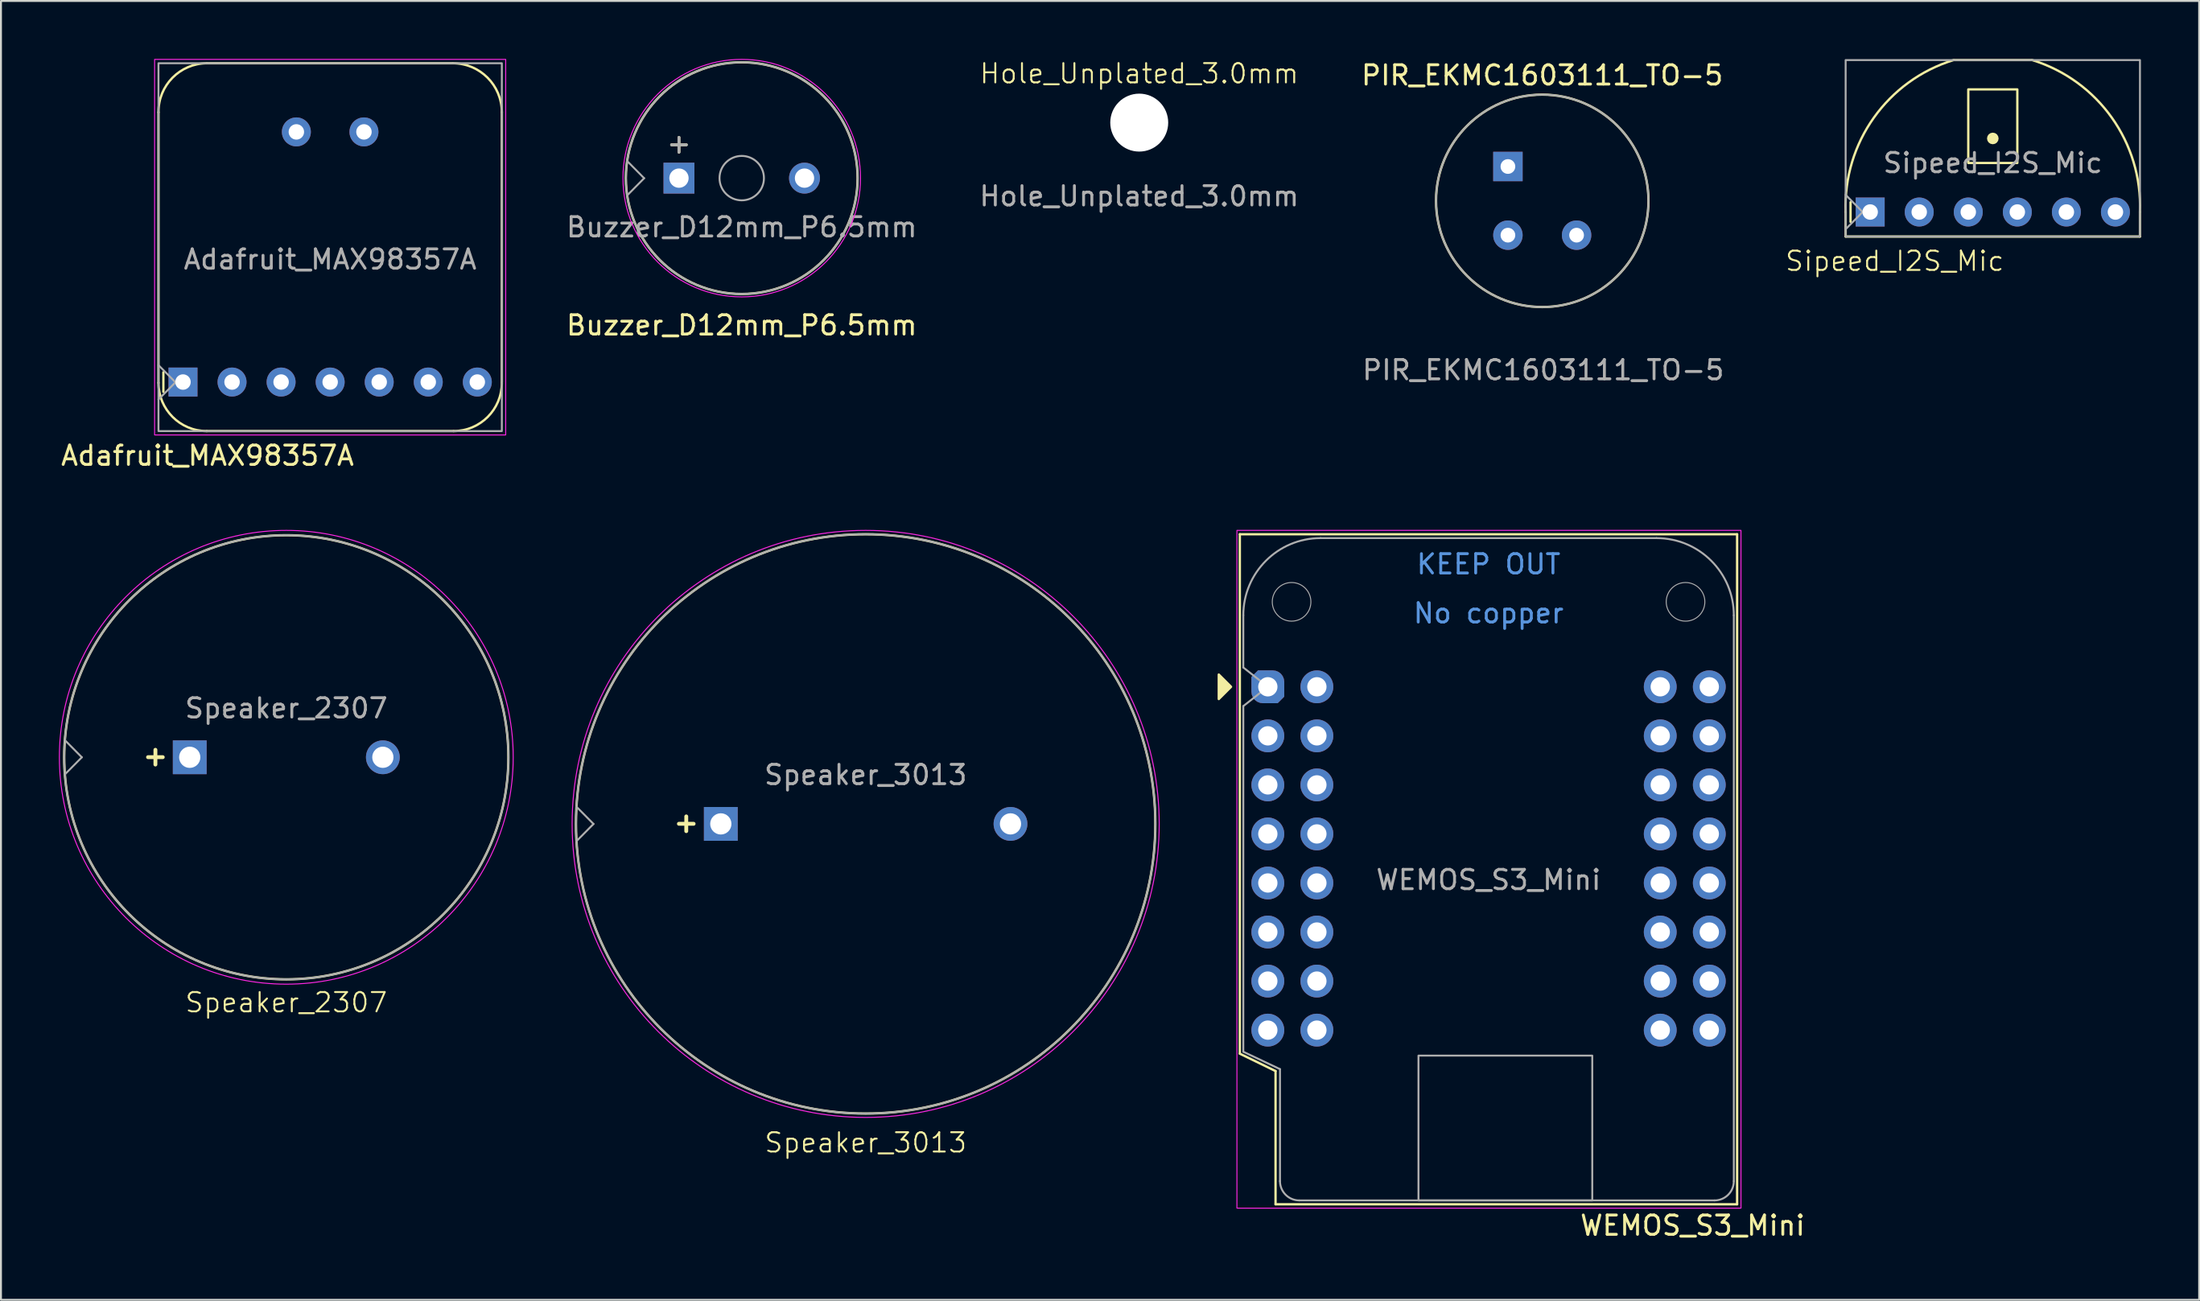
<source format=kicad_pcb>
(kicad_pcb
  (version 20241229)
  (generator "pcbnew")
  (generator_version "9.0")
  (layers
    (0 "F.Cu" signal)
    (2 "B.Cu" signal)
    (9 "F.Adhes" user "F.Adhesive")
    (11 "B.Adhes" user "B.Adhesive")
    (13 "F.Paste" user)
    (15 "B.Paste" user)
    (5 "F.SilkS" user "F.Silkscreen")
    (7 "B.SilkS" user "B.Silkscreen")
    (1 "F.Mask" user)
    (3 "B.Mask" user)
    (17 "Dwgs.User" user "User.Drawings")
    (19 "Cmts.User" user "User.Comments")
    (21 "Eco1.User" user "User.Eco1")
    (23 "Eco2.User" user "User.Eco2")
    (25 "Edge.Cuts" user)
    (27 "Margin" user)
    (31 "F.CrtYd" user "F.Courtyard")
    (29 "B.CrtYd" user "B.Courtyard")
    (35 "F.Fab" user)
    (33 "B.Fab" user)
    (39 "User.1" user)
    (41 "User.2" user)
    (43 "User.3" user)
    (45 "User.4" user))
  (footprint "Adafruit_MAX98357A"
    (layer "F.Cu")
    (at 6.426 16.735)
    (property "Reference" "Adafruit_MAX98357A" (at 1.27 3.81 0) (unlocked yes) (layer "F.SilkS") (effects (font (size 1 1) (thickness 0.15))))
    (attr through_hole)
    (fp_line (start -1.27 0.04) (end -1.27 -13.97) (stroke (width 0.12) (type default)) (layer "F.SilkS"))
    (fp_line (start -1.016 -0.508) (end -1.016 0.508) (stroke (width 0.12) (type default)) (layer "F.SilkS"))
    (fp_line (start 1.23 -16.51) (end 13.97 -16.51) (stroke (width 0.12) (type default)) (layer "F.SilkS"))
    (fp_line (start 1.23 2.54) (end 14.01 2.54) (stroke (width 0.12) (type default)) (layer "F.SilkS"))
    (fp_line (start 16.51 0) (end 16.51 -13.97) (stroke (width 0.12) (type default)) (layer "F.SilkS"))
    (fp_arc (start -1.27 -13.97) (mid -0.546052 -15.757768) (end 1.23 -16.51) (stroke (width 0.12) (type default)) (layer "F.SilkS"))
    (fp_arc (start 1.23 2.54) (mid -0.537767 1.807767) (end -1.27 0.04) (stroke (width 0.12) (type default)) (layer "F.SilkS"))
    (fp_arc (start 13.97 -16.51) (mid 15.766051 -15.766051) (end 16.51 -13.97) (stroke (width 0.12) (type default)) (layer "F.SilkS"))
    (fp_arc (start 16.51 0.04) (mid 15.777767 1.807767) (end 14.01 2.54) (stroke (width 0.12) (type default)) (layer "F.SilkS"))
    (fp_rect (start -1.47 -16.71) (end 16.71 2.74) (stroke (width 0.05) (type default)) (fill no) (layer "F.CrtYd"))
    (fp_line (start -1.27 -0.875) (end -0.39 0.014) (stroke (width 0.1) (type solid)) (layer "F.Fab"))
    (fp_line (start -0.39 0.014) (end -1.27 0.903) (stroke (width 0.1) (type solid)) (layer "F.Fab"))
    (fp_rect (start -1.27 2.54) (end 16.51 -16.51) (stroke (width 0.1) (type default)) (fill no) (layer "F.Fab"))
    (fp_text user "${REFERENCE}" (at 7.62 -6.35 0) (unlocked yes) (layer "F.Fab") (effects (font (size 1 1) (thickness 0.15))))
    (pad "1" thru_hole rect (at 0 0) (size 1.5 1.5) (drill 0.8) (layers "*.Cu" "*.Mask"))
    (pad "2" thru_hole circle (at 2.54 0) (size 1.5 1.5) (drill 0.8) (layers "*.Cu" "*.Mask"))
    (pad "3" thru_hole circle (at 5.08 0) (size 1.5 1.5) (drill 0.8) (layers "*.Cu" "*.Mask"))
    (pad "4" thru_hole circle (at 7.62 0) (size 1.5 1.5) (drill 0.8) (layers "*.Cu" "*.Mask"))
    (pad "5" thru_hole circle (at 10.16 0) (size 1.5 1.5) (drill 0.8) (layers "*.Cu" "*.Mask"))
    (pad "6" thru_hole circle (at 12.7 0) (size 1.5 1.5) (drill 0.8) (layers "*.Cu" "*.Mask"))
    (pad "7" thru_hole circle (at 15.24 0) (size 1.5 1.5) (drill 0.8) (layers "*.Cu" "*.Mask"))
    (pad "8" thru_hole circle (at 5.87 -12.954) (size 1.5 1.5) (drill 0.8) (layers "*.Cu" "*.Mask"))
    (pad "9" thru_hole circle (at 9.37 -12.954) (size 1.5 1.5) (drill 0.8) (layers "*.Cu" "*.Mask")))
  (footprint "WEMOS_S3_Mini"
    (layer "F.Cu")
    (at 62.6 32.518)
    (property "Reference" "WEMOS_S3_Mini" (at 22 27.9 0) (layer "F.SilkS") (effects (font (size 1 1) (thickness 0.15))))
    (attr through_hole)
    (fp_line (start -1.45 -7.9) (end 24.3 -7.9) (stroke (width 0.12) (type default)) (layer "F.SilkS"))
    (fp_line (start -1.45 19) (end -1.45 -7.9) (stroke (width 0.12) (type solid)) (layer "F.SilkS"))
    (fp_line (start -1.45 19) (end 0.4 19.9) (stroke (width 0.12) (type solid)) (layer "F.SilkS"))
    (fp_line (start 0.4 19.9) (end 0.4 26.8) (stroke (width 0.12) (type solid)) (layer "F.SilkS"))
    (fp_line (start 0.4 26.8) (end 24.3 26.8) (stroke (width 0.12) (type solid)) (layer "F.SilkS"))
    (fp_line (start 24.3 26.8) (end 24.3 -7.9) (stroke (width 0.12) (type solid)) (layer "F.SilkS"))
    (fp_poly (pts (xy -2.54 -0.635) (xy -2.54 0.635) (xy -1.905 0)) (stroke (width 0.12) (type solid)) (fill yes) (layer "F.SilkS"))
    (fp_rect (start -1.6 -8.1) (end 24.5 27) (stroke (width 0.05) (type default)) (fill no) (layer "F.CrtYd"))
    (fp_line (start -1.27 -3.7) (end -1.27 -1) (stroke (width 0.1) (type solid)) (layer "F.Fab"))
    (fp_line (start -1.27 1) (end -1.27 18.9) (stroke (width 0.1) (type solid)) (layer "F.Fab"))
    (fp_line (start -1.27 1) (end 0 0) (stroke (width 0.1) (type solid)) (layer "F.Fab"))
    (fp_line (start -1.27 18.9) (end 0.63 19.8) (stroke (width 0.1) (type solid)) (layer "F.Fab"))
    (fp_line (start 0 0) (end -1.27 -1) (stroke (width 0.1) (type solid)) (layer "F.Fab"))
    (fp_line (start 0.63 19.8) (end 0.63 25.6) (stroke (width 0.1) (type solid)) (layer "F.Fab"))
    (fp_line (start 1.63 26.6) (end 23.13 26.6) (stroke (width 0.1) (type solid)) (layer "F.Fab"))
    (fp_line (start 2.73 -7.7) (end 20.13 -7.7) (stroke (width 0.1) (type default)) (layer "F.Fab"))
    (fp_line (start 24.13 25.6) (end 24.13 -3.7) (stroke (width 0.1) (type solid)) (layer "F.Fab"))
    (fp_rect (start 7.8 19.1) (end 16.8 26.6) (stroke (width 0.1) (type default)) (fill no) (layer "F.Fab"))
    (fp_arc (start -1.27 -3.7) (mid -0.098427 -6.528427) (end 2.73 -7.7) (stroke (width 0.1) (type default)) (layer "F.Fab"))
    (fp_arc (start 1.63 26.6) (mid 0.922894 26.307107) (end 0.63 25.6) (stroke (width 0.1) (type default)) (layer "F.Fab"))
    (fp_arc (start 20.13 -7.7) (mid 22.958427 -6.528427) (end 24.13 -3.7) (stroke (width 0.1) (type default)) (layer "F.Fab"))
    (fp_arc (start 24.13 25.6) (mid 23.837107 26.307106) (end 23.13 26.6) (stroke (width 0.1) (type default)) (layer "F.Fab"))
    (fp_circle (center 1.23 -4.4) (end 2.23 -4.4) (stroke (width 0.05) (type default)) (fill no) (layer "F.Fab"))
    (fp_circle (center 21.63 -4.4) (end 22.63 -4.4) (stroke (width 0.05) (type default)) (fill no) (layer "F.Fab"))
    (fp_text user "No copper" (at 11.43 -3.81 0) (layer "Cmts.User") (effects (font (size 1 1) (thickness 0.15))))
    (fp_text user "KEEP OUT" (at 11.43 -6.35 0) (layer "Cmts.User") (effects (font (size 1 1) (thickness 0.15))))
    (fp_text user "${REFERENCE}" (at 11.43 10 0) (layer "F.Fab") (effects (font (size 1 1) (thickness 0.15))))
    (pad "1" thru_hole roundrect (at 0 0) (size 1.7 1.7) (drill 1) (layers "*.Cu" "*.Mask") (roundrect_rratio 0.35) (chamfer_ratio 0.2) (chamfer top_left bottom_right))
    (pad "2" thru_hole circle (at 0 2.54) (size 1.7 1.7) (drill 1) (layers "*.Cu" "*.Mask"))
    (pad "3" thru_hole circle (at 0 5.08) (size 1.7 1.7) (drill 1) (layers "*.Cu" "*.Mask"))
    (pad "4" thru_hole circle (at 0 7.62) (size 1.7 1.7) (drill 1) (layers "*.Cu" "*.Mask"))
    (pad "5" thru_hole circle (at 0 10.16) (size 1.7 1.7) (drill 1) (layers "*.Cu" "*.Mask"))
    (pad "6" thru_hole circle (at 0 12.7) (size 1.7 1.7) (drill 1) (layers "*.Cu" "*.Mask"))
    (pad "7" thru_hole circle (at 0 15.24) (size 1.7 1.7) (drill 1) (layers "*.Cu" "*.Mask"))
    (pad "8" thru_hole circle (at 0 17.78) (size 1.7 1.7) (drill 1) (layers "*.Cu" "*.Mask"))
    (pad "9" thru_hole circle (at 22.86 17.78) (size 1.7 1.7) (drill 1) (layers "*.Cu" "*.Mask"))
    (pad "10" thru_hole circle (at 22.86 15.24) (size 1.7 1.7) (drill 1) (layers "*.Cu" "*.Mask"))
    (pad "11" thru_hole circle (at 22.86 12.7) (size 1.7 1.7) (drill 1) (layers "*.Cu" "*.Mask"))
    (pad "12" thru_hole circle (at 22.86 10.16) (size 1.7 1.7) (drill 1) (layers "*.Cu" "*.Mask"))
    (pad "13" thru_hole circle (at 22.86 7.62) (size 1.7 1.7) (drill 1) (layers "*.Cu" "*.Mask"))
    (pad "14" thru_hole circle (at 22.86 5.08) (size 1.7 1.7) (drill 1) (layers "*.Cu" "*.Mask"))
    (pad "15" thru_hole circle (at 22.86 2.54) (size 1.7 1.7) (drill 1) (layers "*.Cu" "*.Mask"))
    (pad "16" thru_hole circle (at 22.86 0) (size 1.7 1.7) (drill 1) (layers "*.Cu" "*.Mask"))
    (pad "17" thru_hole circle (at 2.54 0) (size 1.7 1.7) (drill 1) (layers "*.Cu" "*.Mask"))
    (pad "18" thru_hole circle (at 2.54 2.54) (size 1.7 1.7) (drill 1) (layers "*.Cu" "*.Mask"))
    (pad "19" thru_hole circle (at 2.54 5.08) (size 1.7 1.7) (drill 1) (layers "*.Cu" "*.Mask"))
    (pad "20" thru_hole circle (at 2.54 7.62) (size 1.7 1.7) (drill 1) (layers "*.Cu" "*.Mask"))
    (pad "21" thru_hole circle (at 2.54 10.16) (size 1.7 1.7) (drill 1) (layers "*.Cu" "*.Mask"))
    (pad "22" thru_hole circle (at 2.54 12.7) (size 1.7 1.7) (drill 1) (layers "*.Cu" "*.Mask"))
    (pad "23" thru_hole circle (at 2.54 15.24) (size 1.7 1.7) (drill 1) (layers "*.Cu" "*.Mask"))
    (pad "24" thru_hole circle (at 2.54 17.78) (size 1.7 1.7) (drill 1) (layers "*.Cu" "*.Mask"))
    (pad "25" thru_hole circle (at 20.32 17.78) (size 1.7 1.7) (drill 1) (layers "*.Cu" "*.Mask"))
    (pad "26" thru_hole circle (at 20.32 15.24) (size 1.7 1.7) (drill 1) (layers "*.Cu" "*.Mask"))
    (pad "27" thru_hole circle (at 20.32 12.7) (size 1.7 1.7) (drill 1) (layers "*.Cu" "*.Mask"))
    (pad "28" thru_hole circle (at 20.32 10.16) (size 1.7 1.7) (drill 1) (layers "*.Cu" "*.Mask"))
    (pad "29" thru_hole circle (at 20.32 7.62) (size 1.7 1.7) (drill 1) (layers "*.Cu" "*.Mask"))
    (pad "30" thru_hole circle (at 20.32 5.08) (size 1.7 1.7) (drill 1) (layers "*.Cu" "*.Mask"))
    (pad "31" thru_hole circle (at 20.32 2.54) (size 1.7 1.7) (drill 1) (layers "*.Cu" "*.Mask"))
    (pad "32" thru_hole circle (at 20.32 0) (size 1.7 1.7) (drill 1) (layers "*.Cu" "*.Mask"))
    (zone (net_name "") (layers "F.Cu" "B.Cu" "F.Fab") (hatch full 0.5) (connect_pads) (min_thickness 0.25) (filled_areas_thickness no) (keepout (tracks not_allowed) (vias not_allowed) (pads not_allowed) (copperpour not_allowed) (footprints allowed)) (placement (enabled no)) (fill) (polygon (pts (xy 61.1 24.518) (xy 87 24.518) (xy 87 30.718) (xy 61.1 30.718)))))
  (footprint "Buzzer_D12mm_P6.5mm"
    (layer "F.Cu")
    (at 32.108 6.175)
    (property "Reference" "Buzzer_D12mm_P6.5mm" (at 3.25 7.62 0) (layer "F.SilkS") (effects (font (size 1 1) (thickness 0.15))))
    (attr through_hole)
    (fp_circle (center 3.25 0) (end 9.25 0) (stroke (width 0.12) (type solid)) (fill no) (layer "F.SilkS"))
    (fp_circle (center 3.25 0) (end 9.4 0) (stroke (width 0.05) (type solid)) (fill no) (layer "F.CrtYd"))
    (fp_line (start -2.682 -0.884) (end -1.803 0.005) (stroke (width 0.1) (type solid)) (layer "F.Fab"))
    (fp_line (start -1.803 0.005) (end -2.682 0.894) (stroke (width 0.1) (type solid)) (layer "F.Fab"))
    (fp_circle (center 3.25 0) (end 4.4 0) (stroke (width 0.1) (type solid)) (fill no) (layer "F.Fab"))
    (fp_circle (center 3.25 0) (end 9.25 0) (stroke (width 0.1) (type solid)) (fill no) (layer "F.Fab"))
    (fp_text user "+" (at 0 -1.8 0) (layer "F.SilkS") (effects (font (size 1 1) (thickness 0.15))))
    (fp_text user "${REFERENCE}" (at 3.25 2.54 0) (layer "F.Fab") (effects (font (size 1 1) (thickness 0.15))))
    (fp_text user "+" (at 0 -1.8 0) (layer "F.Fab") (effects (font (size 1 1) (thickness 0.15))))
    (pad "1" thru_hole rect (at 0 0) (size 1.6 1.6) (drill 1) (layers "*.Cu" "*.Mask"))
    (pad "2" thru_hole circle (at 6.5 0) (size 1.6 1.6) (drill 1) (layers "*.Cu" "*.Mask")))
  (footprint "PIR_EKMC1603111_TO-5"
    (layer "F.Cu")
    (at 75.032 5.573)
    (property "Reference" "PIR_EKMC1603111_TO-5" (at 1.778 -4.724 0) (unlocked yes) (layer "F.SilkS") (effects (font (size 1 1) (thickness 0.15))))
    (attr through_hole)
    (fp_circle (center 1.778 1.778) (end 7.278 1.778) (stroke (width 0.12) (type default)) (fill no) (layer "F.SilkS"))
    (fp_circle (center 1.778 1.778) (end 7.278 1.778) (stroke (width 0.1) (type solid)) (fill no) (layer "F.Fab"))
    (fp_text user "${REFERENCE}" (at 1.829 10.541 0) (unlocked yes) (layer "F.Fab") (effects (font (size 1 1) (thickness 0.15))))
    (pad "1" thru_hole rect (at 0 0) (size 1.524 1.524) (drill 0.762) (layers "*.Cu" "*.Mask"))
    (pad "2" thru_hole circle (at 0 3.556) (size 1.524 1.524) (drill 0.762) (layers "*.Cu" "*.Mask"))
    (pad "3" thru_hole circle (at 3.556 3.556) (size 1.524 1.524) (drill 0.762) (layers "*.Cu" "*.Mask")))
  (footprint "Sipeed_I2S_Mic"
    (layer "F.Cu")
    (at 93.79 7.93)
    (property "Reference" "Sipeed_I2S_Mic" (at 1.27 2.54 0) (unlocked yes) (layer "F.SilkS") (effects (font (size 1 1) (thickness 0.1))))
    (attr through_hole)
    (fp_line (start -1.27 1.27) (end -1.27 0) (stroke (width 0.12) (type default)) (layer "F.SilkS"))
    (fp_line (start -1.27 1.27) (end 13.97 1.27) (stroke (width 0.12) (type default)) (layer "F.SilkS"))
    (fp_line (start -1.016 -0.508) (end -1.016 0.508) (stroke (width 0.12) (type default)) (layer "F.SilkS"))
    (fp_line (start 4.35 -7.87) (end 8.35 -7.87) (stroke (width 0.12) (type default)) (layer "F.SilkS"))
    (fp_line (start 13.97 0) (end 13.97 1.27) (stroke (width 0.12) (type default)) (layer "F.SilkS"))
    (fp_rect (start 5.08 -2.54) (end 7.62 -6.35) (stroke (width 0.12) (type default)) (fill no) (layer "F.SilkS"))
    (fp_arc (start -1.27 0) (mid 0.188633 -4.883566) (end 4.318771 -7.87) (stroke (width 0.12) (type default)) (layer "F.SilkS"))
    (fp_arc (start 8.388697 -7.87) (mid 12.515104 -4.882299) (end 13.97 0) (stroke (width 0.12) (type default)) (layer "F.SilkS"))
    (fp_circle (center 6.35 -3.81) (end 6.5 -3.81) (stroke (width 0.3) (type default)) (fill no) (layer "F.SilkS"))
    (fp_line (start -1.27 -0.889) (end -0.39 0) (stroke (width 0.1) (type solid)) (layer "F.Fab"))
    (fp_line (start -0.39 0) (end -1.27 0.889) (stroke (width 0.1) (type solid)) (layer "F.Fab"))
    (fp_rect (start -1.27 -7.87) (end 13.97 1.27) (stroke (width 0.1) (type default)) (fill no) (layer "F.Fab"))
    (fp_text user "${REFERENCE}" (at 6.35 -2.54 0) (unlocked yes) (layer "F.Fab") (effects (font (size 1 1) (thickness 0.15))))
    (pad "1" thru_hole rect (at 0 0) (size 1.5 1.5) (drill 0.8) (layers "*.Cu" "*.Mask"))
    (pad "2" thru_hole circle (at 2.54 0) (size 1.5 1.5) (drill 0.8) (layers "*.Cu" "*.Mask"))
    (pad "3" thru_hole circle (at 5.08 0) (size 1.5 1.5) (drill 0.8) (layers "*.Cu" "*.Mask"))
    (pad "4" thru_hole circle (at 7.62 0) (size 1.5 1.5) (drill 0.8) (layers "*.Cu" "*.Mask"))
    (pad "5" thru_hole circle (at 10.16 0) (size 1.5 1.5) (drill 0.8) (layers "*.Cu" "*.Mask"))
    (pad "6" thru_hole circle (at 12.7 0) (size 1.5 1.5) (drill 0.8) (layers "*.Cu" "*.Mask")))
  (footprint "Speaker_3013"
    (layer "F.Cu")
    (at 34.275 39.618)
    (property "Reference" "Speaker_3013" (at 7.5 16.51 0) (unlocked yes) (layer "F.SilkS") (effects (font (size 1 1) (thickness 0.1))))
    (attr through_hole)
    (fp_circle (center 7.5 0) (end 22.5 0) (stroke (width 0.12) (type default)) (fill no) (layer "F.SilkS"))
    (fp_circle (center 7.5 0) (end 22.7 0) (stroke (width 0.05) (type default)) (fill no) (layer "F.CrtYd"))
    (fp_line (start -7.473 -0.886) (end -6.593 0.003) (stroke (width 0.1) (type solid)) (layer "F.Fab"))
    (fp_line (start -6.593 0.003) (end -7.473 0.892) (stroke (width 0.1) (type solid)) (layer "F.Fab"))
    (fp_circle (center 7.5 0) (end 22.5 0) (stroke (width 0.1) (type default)) (fill no) (layer "F.Fab"))
    (fp_text user "+" (at -2.54 0.508 0) (unlocked yes) (layer "F.SilkS") (effects (font (size 1 1) (thickness 0.2) (bold yes)) (justify left bottom)))
    (fp_text user "${REFERENCE}" (at 7.5 -2.54 0) (unlocked yes) (layer "F.Fab") (effects (font (size 1 1) (thickness 0.15))))
    (pad "1" thru_hole rect (at 0 0) (size 1.75 1.75) (drill 1.1) (layers "*.Cu" "*.Mask"))
    (pad "2" thru_hole circle (at 15 0) (size 1.75 1.75) (drill 1.1) (layers "*.Cu" "*.Mask")))
  (footprint "Speaker_2307"
    (layer "F.Cu")
    (at 6.775 36.168)
    (property "Reference" "Speaker_2307" (at 5 12.7 0) (unlocked yes) (layer "F.SilkS") (effects (font (size 1 1) (thickness 0.1))))
    (attr through_hole)
    (fp_circle (center 5 0) (end 16.5 0) (stroke (width 0.12) (type default)) (fill no) (layer "F.SilkS"))
    (fp_circle (center 5 0) (end 16.75 0) (stroke (width 0.05) (type default)) (fill no) (layer "F.CrtYd"))
    (fp_line (start -6.468 -0.889) (end -5.588 0) (stroke (width 0.1) (type solid)) (layer "F.Fab"))
    (fp_line (start -5.588 0) (end -6.468 0.889) (stroke (width 0.1) (type solid)) (layer "F.Fab"))
    (fp_circle (center 5 0) (end 16.5 0) (stroke (width 0.1) (type default)) (fill no) (layer "F.Fab"))
    (fp_text user "+" (at -1.778 0.508 0) (unlocked yes) (layer "F.SilkS") (effects (font (size 1 1) (thickness 0.2) (bold yes)) (justify bottom)))
    (fp_text user "${REFERENCE}" (at 5 -2.54 0) (unlocked yes) (layer "F.Fab") (effects (font (size 1 1) (thickness 0.15))))
    (pad "1" thru_hole rect (at 0 0) (size 1.75 1.75) (drill 1.1) (layers "*.Cu" "*.Mask"))
    (pad "2" thru_hole circle (at 10 0) (size 1.75 1.75) (drill 1.1) (layers "*.Cu" "*.Mask")))
  (footprint "Hole_Unplated_3.0mm"
    (layer "F.Cu")
    (at 55.941 3.3)
    (property "Reference" "Hole_Unplated_3.0mm" (at 0 -2.54 0) (unlocked yes) (layer "F.SilkS") (effects (font (size 1 1) (thickness 0.1))))
    (attr through_hole)
    (fp_text user "${REFERENCE}" (at 0 3.81 0) (unlocked yes) (layer "F.Fab") (effects (font (size 1 1) (thickness 0.15))))
    (pad "" np_thru_hole circle (at 0 0) (size 3 3) (drill 3) (layers "*.Cu" "*.Mask")))
  (gr_rect
    (start -3 -3)
    (end 110.825 64.266)
    (stroke (width 0.1) (type default))
    (fill no)
    (layer "Edge.Cuts")))
</source>
